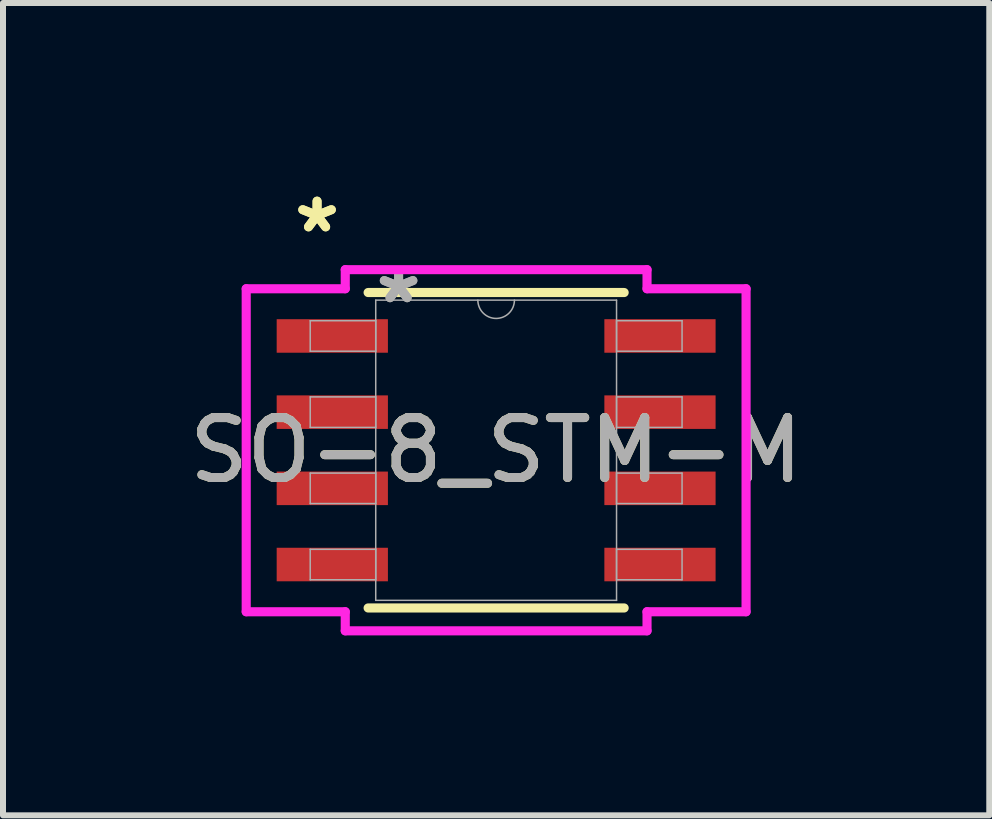
<source format=kicad_pcb>
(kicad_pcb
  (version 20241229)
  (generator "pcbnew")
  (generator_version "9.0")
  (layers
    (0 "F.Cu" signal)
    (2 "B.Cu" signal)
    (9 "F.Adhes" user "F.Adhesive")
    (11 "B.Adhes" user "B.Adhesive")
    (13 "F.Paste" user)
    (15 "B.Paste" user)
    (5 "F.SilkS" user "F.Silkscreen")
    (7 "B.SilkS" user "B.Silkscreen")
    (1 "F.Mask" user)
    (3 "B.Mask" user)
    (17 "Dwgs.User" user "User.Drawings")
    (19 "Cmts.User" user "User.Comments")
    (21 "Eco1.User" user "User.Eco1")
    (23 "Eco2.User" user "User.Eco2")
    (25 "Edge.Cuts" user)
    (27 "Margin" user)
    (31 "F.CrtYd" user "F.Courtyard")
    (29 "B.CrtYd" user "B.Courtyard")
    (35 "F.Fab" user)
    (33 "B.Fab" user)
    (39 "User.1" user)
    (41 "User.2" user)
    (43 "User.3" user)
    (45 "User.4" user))
  (footprint "SO-8_STM-M"
    (layer "F.Cu")
    (at 5.22 4.455)
    (property "Reference" "SO-8_STM-M" (at 0 0 0) (unlocked yes) (layer "F.SilkS") (effects (font (size 1 1) (thickness 0.15))))
    (attr smd)
    (fp_line (start -2.134 2.629) (end 2.134 2.629) (stroke (width 0.152) (type solid)) (layer "F.SilkS"))
    (fp_line (start 2.134 -2.629) (end -2.134 -2.629) (stroke (width 0.152) (type solid)) (layer "F.SilkS"))
    (fp_line (start -4.166 -2.692) (end -2.515 -2.692) (stroke (width 0.152) (type solid)) (layer "F.CrtYd"))
    (fp_line (start -4.166 2.692) (end -4.166 -2.692) (stroke (width 0.152) (type solid)) (layer "F.CrtYd"))
    (fp_line (start -4.166 2.692) (end -2.515 2.692) (stroke (width 0.152) (type solid)) (layer "F.CrtYd"))
    (fp_line (start -2.515 -3.01) (end 2.515 -3.01) (stroke (width 0.152) (type solid)) (layer "F.CrtYd"))
    (fp_line (start -2.515 -2.692) (end -2.515 -3.01) (stroke (width 0.152) (type solid)) (layer "F.CrtYd"))
    (fp_line (start -2.515 3.01) (end -2.515 2.692) (stroke (width 0.152) (type solid)) (layer "F.CrtYd"))
    (fp_line (start 2.515 -3.01) (end 2.515 -2.692) (stroke (width 0.152) (type solid)) (layer "F.CrtYd"))
    (fp_line (start 2.515 2.692) (end 2.515 3.01) (stroke (width 0.152) (type solid)) (layer "F.CrtYd"))
    (fp_line (start 2.515 3.01) (end -2.515 3.01) (stroke (width 0.152) (type solid)) (layer "F.CrtYd"))
    (fp_line (start 4.166 -2.692) (end 2.515 -2.692) (stroke (width 0.152) (type solid)) (layer "F.CrtYd"))
    (fp_line (start 4.166 -2.692) (end 4.166 2.692) (stroke (width 0.152) (type solid)) (layer "F.CrtYd"))
    (fp_line (start 4.166 2.692) (end 2.515 2.692) (stroke (width 0.152) (type solid)) (layer "F.CrtYd"))
    (fp_line (start -3.099 -2.159) (end -3.099 -1.651) (stroke (width 0.025) (type solid)) (layer "F.Fab"))
    (fp_line (start -3.099 -1.651) (end -2.007 -1.651) (stroke (width 0.025) (type solid)) (layer "F.Fab"))
    (fp_line (start -3.099 -0.889) (end -3.099 -0.381) (stroke (width 0.025) (type solid)) (layer "F.Fab"))
    (fp_line (start -3.099 -0.381) (end -2.007 -0.381) (stroke (width 0.025) (type solid)) (layer "F.Fab"))
    (fp_line (start -3.099 0.381) (end -3.099 0.889) (stroke (width 0.025) (type solid)) (layer "F.Fab"))
    (fp_line (start -3.099 0.889) (end -2.007 0.889) (stroke (width 0.025) (type solid)) (layer "F.Fab"))
    (fp_line (start -3.099 1.651) (end -3.099 2.159) (stroke (width 0.025) (type solid)) (layer "F.Fab"))
    (fp_line (start -3.099 2.159) (end -2.007 2.159) (stroke (width 0.025) (type solid)) (layer "F.Fab"))
    (fp_line (start -2.007 -2.502) (end -2.007 2.502) (stroke (width 0.025) (type solid)) (layer "F.Fab"))
    (fp_line (start -2.007 -2.159) (end -3.099 -2.159) (stroke (width 0.025) (type solid)) (layer "F.Fab"))
    (fp_line (start -2.007 -1.651) (end -2.007 -2.159) (stroke (width 0.025) (type solid)) (layer "F.Fab"))
    (fp_line (start -2.007 -0.889) (end -3.099 -0.889) (stroke (width 0.025) (type solid)) (layer "F.Fab"))
    (fp_line (start -2.007 -0.381) (end -2.007 -0.889) (stroke (width 0.025) (type solid)) (layer "F.Fab"))
    (fp_line (start -2.007 0.381) (end -3.099 0.381) (stroke (width 0.025) (type solid)) (layer "F.Fab"))
    (fp_line (start -2.007 0.889) (end -2.007 0.381) (stroke (width 0.025) (type solid)) (layer "F.Fab"))
    (fp_line (start -2.007 1.651) (end -3.099 1.651) (stroke (width 0.025) (type solid)) (layer "F.Fab"))
    (fp_line (start -2.007 2.159) (end -2.007 1.651) (stroke (width 0.025) (type solid)) (layer "F.Fab"))
    (fp_line (start -2.007 2.502) (end 2.007 2.502) (stroke (width 0.025) (type solid)) (layer "F.Fab"))
    (fp_line (start 2.007 -2.502) (end -2.007 -2.502) (stroke (width 0.025) (type solid)) (layer "F.Fab"))
    (fp_line (start 2.007 -2.159) (end 2.007 -1.651) (stroke (width 0.025) (type solid)) (layer "F.Fab"))
    (fp_line (start 2.007 -1.651) (end 3.099 -1.651) (stroke (width 0.025) (type solid)) (layer "F.Fab"))
    (fp_line (start 2.007 -0.889) (end 2.007 -0.381) (stroke (width 0.025) (type solid)) (layer "F.Fab"))
    (fp_line (start 2.007 -0.381) (end 3.099 -0.381) (stroke (width 0.025) (type solid)) (layer "F.Fab"))
    (fp_line (start 2.007 0.381) (end 2.007 0.889) (stroke (width 0.025) (type solid)) (layer "F.Fab"))
    (fp_line (start 2.007 0.889) (end 3.099 0.889) (stroke (width 0.025) (type solid)) (layer "F.Fab"))
    (fp_line (start 2.007 1.651) (end 2.007 2.159) (stroke (width 0.025) (type solid)) (layer "F.Fab"))
    (fp_line (start 2.007 2.159) (end 3.099 2.159) (stroke (width 0.025) (type solid)) (layer "F.Fab"))
    (fp_line (start 2.007 2.502) (end 2.007 -2.502) (stroke (width 0.025) (type solid)) (layer "F.Fab"))
    (fp_line (start 3.099 -2.159) (end 2.007 -2.159) (stroke (width 0.025) (type solid)) (layer "F.Fab"))
    (fp_line (start 3.099 -1.651) (end 3.099 -2.159) (stroke (width 0.025) (type solid)) (layer "F.Fab"))
    (fp_line (start 3.099 -0.889) (end 2.007 -0.889) (stroke (width 0.025) (type solid)) (layer "F.Fab"))
    (fp_line (start 3.099 -0.381) (end 3.099 -0.889) (stroke (width 0.025) (type solid)) (layer "F.Fab"))
    (fp_line (start 3.099 0.381) (end 2.007 0.381) (stroke (width 0.025) (type solid)) (layer "F.Fab"))
    (fp_line (start 3.099 0.889) (end 3.099 0.381) (stroke (width 0.025) (type solid)) (layer "F.Fab"))
    (fp_line (start 3.099 1.651) (end 2.007 1.651) (stroke (width 0.025) (type solid)) (layer "F.Fab"))
    (fp_line (start 3.099 2.159) (end 3.099 1.651) (stroke (width 0.025) (type solid)) (layer "F.Fab"))
    (fp_arc (start 0.3048 -2.5019) (mid 0 -2.1971) (end -0.3048 -2.5019) (stroke (width 0.0254) (type solid)) (layer "F.Fab"))
    (fp_text user "*" (at -2.985 -3.607 0) (layer "F.SilkS") (effects (font (size 1 1) (thickness 0.15))))
    (fp_text user "*" (at -2.985 -3.607 0) (unlocked yes) (layer "F.SilkS") (effects (font (size 1 1) (thickness 0.15))))
    (fp_text user "*" (at -1.626 -2.426 0) (unlocked yes) (layer "F.Fab") (effects (font (size 1 1) (thickness 0.15))))
    (fp_text user "${REFERENCE}" (at 0 0 0) (unlocked yes) (layer "F.Fab") (effects (font (size 1 1) (thickness 0.15))))
    (fp_text user "*" (at -1.626 -2.426 0) (layer "F.Fab") (effects (font (size 1 1) (thickness 0.15))))
    (pad "1" smd rect (at -2.731 -1.905) (size 1.854 0.559) (layers "F.Cu" "F.Mask" "F.Paste"))
    (pad "2" smd rect (at -2.731 -0.635) (size 1.854 0.559) (layers "F.Cu" "F.Mask" "F.Paste"))
    (pad "3" smd rect (at -2.731 0.635) (size 1.854 0.559) (layers "F.Cu" "F.Mask" "F.Paste"))
    (pad "4" smd rect (at -2.731 1.905) (size 1.854 0.559) (layers "F.Cu" "F.Mask" "F.Paste"))
    (pad "5" smd rect (at 2.731 1.905) (size 1.854 0.559) (layers "F.Cu" "F.Mask" "F.Paste"))
    (pad "6" smd rect (at 2.731 0.635) (size 1.854 0.559) (layers "F.Cu" "F.Mask" "F.Paste"))
    (pad "7" smd rect (at 2.731 -0.635) (size 1.854 0.559) (layers "F.Cu" "F.Mask" "F.Paste"))
    (pad "8" smd rect (at 2.731 -1.905) (size 1.854 0.559) (layers "F.Cu" "F.Mask" "F.Paste")))
  (gr_rect
    (start -3 -3)
    (end 13.44 10.541)
    (stroke (width 0.1) (type default))
    (fill no)
    (layer "Edge.Cuts")))
</source>
